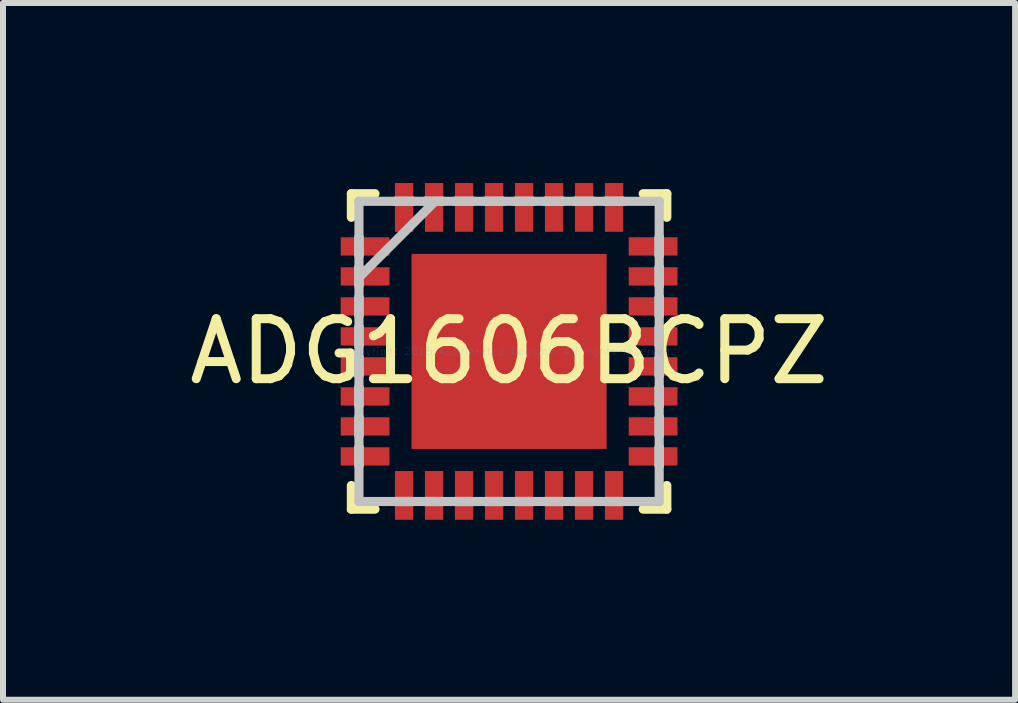
<source format=kicad_pcb>
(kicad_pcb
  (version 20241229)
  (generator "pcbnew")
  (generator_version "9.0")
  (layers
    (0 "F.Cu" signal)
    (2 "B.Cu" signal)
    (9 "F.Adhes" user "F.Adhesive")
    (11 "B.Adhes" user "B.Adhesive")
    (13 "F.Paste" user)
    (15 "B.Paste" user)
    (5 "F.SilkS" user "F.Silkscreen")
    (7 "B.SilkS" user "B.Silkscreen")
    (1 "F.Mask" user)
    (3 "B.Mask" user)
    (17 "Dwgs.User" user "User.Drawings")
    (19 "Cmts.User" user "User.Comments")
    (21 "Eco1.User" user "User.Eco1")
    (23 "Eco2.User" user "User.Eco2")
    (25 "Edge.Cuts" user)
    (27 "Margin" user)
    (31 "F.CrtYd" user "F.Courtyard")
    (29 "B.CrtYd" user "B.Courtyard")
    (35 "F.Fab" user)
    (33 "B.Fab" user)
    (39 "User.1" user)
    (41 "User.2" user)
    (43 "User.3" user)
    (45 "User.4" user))
  (footprint "ADG1606BCPZ"
    (layer "F.Cu")
    (at 5.435 2.807)
    (property "Reference" "ADG1606BCPZ" (at 0 0 0) (layer "F.SilkS") (effects (font (size 1 1) (thickness 0.15))))
    (attr through_hole)
    (fp_line (start -2.629 -2.629) (end -2.629 -2.235) (stroke (width 0.152) (type solid)) (layer "F.SilkS"))
    (fp_line (start -2.629 2.235) (end -2.629 2.629) (stroke (width 0.152) (type solid)) (layer "F.SilkS"))
    (fp_line (start -2.629 2.629) (end -2.235 2.629) (stroke (width 0.152) (type solid)) (layer "F.SilkS"))
    (fp_line (start -2.235 -2.629) (end -2.629 -2.629) (stroke (width 0.152) (type solid)) (layer "F.SilkS"))
    (fp_line (start 2.235 2.629) (end 2.629 2.629) (stroke (width 0.152) (type solid)) (layer "F.SilkS"))
    (fp_line (start 2.629 -2.629) (end 2.235 -2.629) (stroke (width 0.152) (type solid)) (layer "F.SilkS"))
    (fp_line (start 2.629 -2.235) (end 2.629 -2.629) (stroke (width 0.152) (type solid)) (layer "F.SilkS"))
    (fp_line (start 2.629 2.629) (end 2.629 2.235) (stroke (width 0.152) (type solid)) (layer "F.SilkS"))
    (fp_line (start -2.502 -2.502) (end -2.502 -2.502) (stroke (width 0.152) (type solid)) (layer "Dwgs.User"))
    (fp_line (start -2.502 -2.502) (end -2.502 2.502) (stroke (width 0.152) (type solid)) (layer "Dwgs.User"))
    (fp_line (start -2.502 -1.902) (end -2.502 -1.902) (stroke (width 0.152) (type solid)) (layer "Dwgs.User"))
    (fp_line (start -2.502 -1.902) (end -2.502 -1.598) (stroke (width 0.152) (type solid)) (layer "Dwgs.User"))
    (fp_line (start -2.502 -1.598) (end -2.502 -1.902) (stroke (width 0.152) (type solid)) (layer "Dwgs.User"))
    (fp_line (start -2.502 -1.598) (end -2.502 -1.598) (stroke (width 0.152) (type solid)) (layer "Dwgs.User"))
    (fp_line (start -2.502 -1.402) (end -2.502 -1.402) (stroke (width 0.152) (type solid)) (layer "Dwgs.User"))
    (fp_line (start -2.502 -1.402) (end -2.502 -1.098) (stroke (width 0.152) (type solid)) (layer "Dwgs.User"))
    (fp_line (start -2.502 -1.232) (end -1.232 -2.502) (stroke (width 0.152) (type solid)) (layer "Dwgs.User"))
    (fp_line (start -2.502 -1.098) (end -2.502 -1.402) (stroke (width 0.152) (type solid)) (layer "Dwgs.User"))
    (fp_line (start -2.502 -1.098) (end -2.502 -1.098) (stroke (width 0.152) (type solid)) (layer "Dwgs.User"))
    (fp_line (start -2.502 -0.902) (end -2.502 -0.902) (stroke (width 0.152) (type solid)) (layer "Dwgs.User"))
    (fp_line (start -2.502 -0.902) (end -2.502 -0.598) (stroke (width 0.152) (type solid)) (layer "Dwgs.User"))
    (fp_line (start -2.502 -0.598) (end -2.502 -0.902) (stroke (width 0.152) (type solid)) (layer "Dwgs.User"))
    (fp_line (start -2.502 -0.598) (end -2.502 -0.598) (stroke (width 0.152) (type solid)) (layer "Dwgs.User"))
    (fp_line (start -2.502 -0.402) (end -2.502 -0.402) (stroke (width 0.152) (type solid)) (layer "Dwgs.User"))
    (fp_line (start -2.502 -0.402) (end -2.502 -0.098) (stroke (width 0.152) (type solid)) (layer "Dwgs.User"))
    (fp_line (start -2.502 -0.098) (end -2.502 -0.402) (stroke (width 0.152) (type solid)) (layer "Dwgs.User"))
    (fp_line (start -2.502 -0.098) (end -2.502 -0.098) (stroke (width 0.152) (type solid)) (layer "Dwgs.User"))
    (fp_line (start -2.502 0.098) (end -2.502 0.098) (stroke (width 0.152) (type solid)) (layer "Dwgs.User"))
    (fp_line (start -2.502 0.098) (end -2.502 0.402) (stroke (width 0.152) (type solid)) (layer "Dwgs.User"))
    (fp_line (start -2.502 0.402) (end -2.502 0.098) (stroke (width 0.152) (type solid)) (layer "Dwgs.User"))
    (fp_line (start -2.502 0.402) (end -2.502 0.402) (stroke (width 0.152) (type solid)) (layer "Dwgs.User"))
    (fp_line (start -2.502 0.598) (end -2.502 0.598) (stroke (width 0.152) (type solid)) (layer "Dwgs.User"))
    (fp_line (start -2.502 0.598) (end -2.502 0.902) (stroke (width 0.152) (type solid)) (layer "Dwgs.User"))
    (fp_line (start -2.502 0.902) (end -2.502 0.598) (stroke (width 0.152) (type solid)) (layer "Dwgs.User"))
    (fp_line (start -2.502 0.902) (end -2.502 0.902) (stroke (width 0.152) (type solid)) (layer "Dwgs.User"))
    (fp_line (start -2.502 1.098) (end -2.502 1.098) (stroke (width 0.152) (type solid)) (layer "Dwgs.User"))
    (fp_line (start -2.502 1.098) (end -2.502 1.402) (stroke (width 0.152) (type solid)) (layer "Dwgs.User"))
    (fp_line (start -2.502 1.402) (end -2.502 1.098) (stroke (width 0.152) (type solid)) (layer "Dwgs.User"))
    (fp_line (start -2.502 1.402) (end -2.502 1.402) (stroke (width 0.152) (type solid)) (layer "Dwgs.User"))
    (fp_line (start -2.502 1.598) (end -2.502 1.598) (stroke (width 0.152) (type solid)) (layer "Dwgs.User"))
    (fp_line (start -2.502 1.598) (end -2.502 1.902) (stroke (width 0.152) (type solid)) (layer "Dwgs.User"))
    (fp_line (start -2.502 1.902) (end -2.502 1.598) (stroke (width 0.152) (type solid)) (layer "Dwgs.User"))
    (fp_line (start -2.502 1.902) (end -2.502 1.902) (stroke (width 0.152) (type solid)) (layer "Dwgs.User"))
    (fp_line (start -2.502 2.502) (end -2.502 2.502) (stroke (width 0.152) (type solid)) (layer "Dwgs.User"))
    (fp_line (start -2.502 2.502) (end 2.502 2.502) (stroke (width 0.152) (type solid)) (layer "Dwgs.User"))
    (fp_line (start -1.902 -2.502) (end -1.902 -2.502) (stroke (width 0.152) (type solid)) (layer "Dwgs.User"))
    (fp_line (start -1.902 -2.502) (end -1.598 -2.502) (stroke (width 0.152) (type solid)) (layer "Dwgs.User"))
    (fp_line (start -1.902 2.502) (end -1.902 2.502) (stroke (width 0.152) (type solid)) (layer "Dwgs.User"))
    (fp_line (start -1.902 2.502) (end -1.598 2.502) (stroke (width 0.152) (type solid)) (layer "Dwgs.User"))
    (fp_line (start -1.598 -2.502) (end -1.902 -2.502) (stroke (width 0.152) (type solid)) (layer "Dwgs.User"))
    (fp_line (start -1.598 -2.502) (end -1.598 -2.502) (stroke (width 0.152) (type solid)) (layer "Dwgs.User"))
    (fp_line (start -1.598 2.502) (end -1.902 2.502) (stroke (width 0.152) (type solid)) (layer "Dwgs.User"))
    (fp_line (start -1.598 2.502) (end -1.598 2.502) (stroke (width 0.152) (type solid)) (layer "Dwgs.User"))
    (fp_line (start -1.402 -2.502) (end -1.402 -2.502) (stroke (width 0.152) (type solid)) (layer "Dwgs.User"))
    (fp_line (start -1.402 -2.502) (end -1.098 -2.502) (stroke (width 0.152) (type solid)) (layer "Dwgs.User"))
    (fp_line (start -1.402 2.502) (end -1.402 2.502) (stroke (width 0.152) (type solid)) (layer "Dwgs.User"))
    (fp_line (start -1.402 2.502) (end -1.098 2.502) (stroke (width 0.152) (type solid)) (layer "Dwgs.User"))
    (fp_line (start -1.098 -2.502) (end -1.402 -2.502) (stroke (width 0.152) (type solid)) (layer "Dwgs.User"))
    (fp_line (start -1.098 -2.502) (end -1.098 -2.502) (stroke (width 0.152) (type solid)) (layer "Dwgs.User"))
    (fp_line (start -1.098 2.502) (end -1.402 2.502) (stroke (width 0.152) (type solid)) (layer "Dwgs.User"))
    (fp_line (start -1.098 2.502) (end -1.098 2.502) (stroke (width 0.152) (type solid)) (layer "Dwgs.User"))
    (fp_line (start -0.902 -2.502) (end -0.902 -2.502) (stroke (width 0.152) (type solid)) (layer "Dwgs.User"))
    (fp_line (start -0.902 -2.502) (end -0.598 -2.502) (stroke (width 0.152) (type solid)) (layer "Dwgs.User"))
    (fp_line (start -0.902 2.502) (end -0.902 2.502) (stroke (width 0.152) (type solid)) (layer "Dwgs.User"))
    (fp_line (start -0.902 2.502) (end -0.598 2.502) (stroke (width 0.152) (type solid)) (layer "Dwgs.User"))
    (fp_line (start -0.598 -2.502) (end -0.902 -2.502) (stroke (width 0.152) (type solid)) (layer "Dwgs.User"))
    (fp_line (start -0.598 -2.502) (end -0.598 -2.502) (stroke (width 0.152) (type solid)) (layer "Dwgs.User"))
    (fp_line (start -0.598 2.502) (end -0.902 2.502) (stroke (width 0.152) (type solid)) (layer "Dwgs.User"))
    (fp_line (start -0.598 2.502) (end -0.598 2.502) (stroke (width 0.152) (type solid)) (layer "Dwgs.User"))
    (fp_line (start -0.402 -2.502) (end -0.402 -2.502) (stroke (width 0.152) (type solid)) (layer "Dwgs.User"))
    (fp_line (start -0.402 -2.502) (end -0.098 -2.502) (stroke (width 0.152) (type solid)) (layer "Dwgs.User"))
    (fp_line (start -0.402 2.502) (end -0.402 2.502) (stroke (width 0.152) (type solid)) (layer "Dwgs.User"))
    (fp_line (start -0.402 2.502) (end -0.098 2.502) (stroke (width 0.152) (type solid)) (layer "Dwgs.User"))
    (fp_line (start -0.098 -2.502) (end -0.402 -2.502) (stroke (width 0.152) (type solid)) (layer "Dwgs.User"))
    (fp_line (start -0.098 -2.502) (end -0.098 -2.502) (stroke (width 0.152) (type solid)) (layer "Dwgs.User"))
    (fp_line (start -0.098 2.502) (end -0.402 2.502) (stroke (width 0.152) (type solid)) (layer "Dwgs.User"))
    (fp_line (start -0.098 2.502) (end -0.098 2.502) (stroke (width 0.152) (type solid)) (layer "Dwgs.User"))
    (fp_line (start 0.098 -2.502) (end 0.098 -2.502) (stroke (width 0.152) (type solid)) (layer "Dwgs.User"))
    (fp_line (start 0.098 -2.502) (end 0.402 -2.502) (stroke (width 0.152) (type solid)) (layer "Dwgs.User"))
    (fp_line (start 0.098 2.502) (end 0.098 2.502) (stroke (width 0.152) (type solid)) (layer "Dwgs.User"))
    (fp_line (start 0.098 2.502) (end 0.402 2.502) (stroke (width 0.152) (type solid)) (layer "Dwgs.User"))
    (fp_line (start 0.402 -2.502) (end 0.098 -2.502) (stroke (width 0.152) (type solid)) (layer "Dwgs.User"))
    (fp_line (start 0.402 -2.502) (end 0.402 -2.502) (stroke (width 0.152) (type solid)) (layer "Dwgs.User"))
    (fp_line (start 0.402 2.502) (end 0.098 2.502) (stroke (width 0.152) (type solid)) (layer "Dwgs.User"))
    (fp_line (start 0.402 2.502) (end 0.402 2.502) (stroke (width 0.152) (type solid)) (layer "Dwgs.User"))
    (fp_line (start 0.598 -2.502) (end 0.598 -2.502) (stroke (width 0.152) (type solid)) (layer "Dwgs.User"))
    (fp_line (start 0.598 -2.502) (end 0.902 -2.502) (stroke (width 0.152) (type solid)) (layer "Dwgs.User"))
    (fp_line (start 0.598 2.502) (end 0.598 2.502) (stroke (width 0.152) (type solid)) (layer "Dwgs.User"))
    (fp_line (start 0.598 2.502) (end 0.902 2.502) (stroke (width 0.152) (type solid)) (layer "Dwgs.User"))
    (fp_line (start 0.902 -2.502) (end 0.598 -2.502) (stroke (width 0.152) (type solid)) (layer "Dwgs.User"))
    (fp_line (start 0.902 -2.502) (end 0.902 -2.502) (stroke (width 0.152) (type solid)) (layer "Dwgs.User"))
    (fp_line (start 0.902 2.502) (end 0.598 2.502) (stroke (width 0.152) (type solid)) (layer "Dwgs.User"))
    (fp_line (start 0.902 2.502) (end 0.902 2.502) (stroke (width 0.152) (type solid)) (layer "Dwgs.User"))
    (fp_line (start 1.098 -2.502) (end 1.098 -2.502) (stroke (width 0.152) (type solid)) (layer "Dwgs.User"))
    (fp_line (start 1.098 -2.502) (end 1.402 -2.502) (stroke (width 0.152) (type solid)) (layer "Dwgs.User"))
    (fp_line (start 1.098 2.502) (end 1.098 2.502) (stroke (width 0.152) (type solid)) (layer "Dwgs.User"))
    (fp_line (start 1.098 2.502) (end 1.402 2.502) (stroke (width 0.152) (type solid)) (layer "Dwgs.User"))
    (fp_line (start 1.402 -2.502) (end 1.098 -2.502) (stroke (width 0.152) (type solid)) (layer "Dwgs.User"))
    (fp_line (start 1.402 -2.502) (end 1.402 -2.502) (stroke (width 0.152) (type solid)) (layer "Dwgs.User"))
    (fp_line (start 1.402 2.502) (end 1.098 2.502) (stroke (width 0.152) (type solid)) (layer "Dwgs.User"))
    (fp_line (start 1.402 2.502) (end 1.402 2.502) (stroke (width 0.152) (type solid)) (layer "Dwgs.User"))
    (fp_line (start 1.598 -2.502) (end 1.598 -2.502) (stroke (width 0.152) (type solid)) (layer "Dwgs.User"))
    (fp_line (start 1.598 -2.502) (end 1.902 -2.502) (stroke (width 0.152) (type solid)) (layer "Dwgs.User"))
    (fp_line (start 1.598 2.502) (end 1.598 2.502) (stroke (width 0.152) (type solid)) (layer "Dwgs.User"))
    (fp_line (start 1.598 2.502) (end 1.902 2.502) (stroke (width 0.152) (type solid)) (layer "Dwgs.User"))
    (fp_line (start 1.902 -2.502) (end 1.598 -2.502) (stroke (width 0.152) (type solid)) (layer "Dwgs.User"))
    (fp_line (start 1.902 -2.502) (end 1.902 -2.502) (stroke (width 0.152) (type solid)) (layer "Dwgs.User"))
    (fp_line (start 1.902 2.502) (end 1.598 2.502) (stroke (width 0.152) (type solid)) (layer "Dwgs.User"))
    (fp_line (start 1.902 2.502) (end 1.902 2.502) (stroke (width 0.152) (type solid)) (layer "Dwgs.User"))
    (fp_line (start 2.502 -2.502) (end -2.502 -2.502) (stroke (width 0.152) (type solid)) (layer "Dwgs.User"))
    (fp_line (start 2.502 -2.502) (end 2.502 -2.502) (stroke (width 0.152) (type solid)) (layer "Dwgs.User"))
    (fp_line (start 2.502 -1.902) (end 2.502 -1.902) (stroke (width 0.152) (type solid)) (layer "Dwgs.User"))
    (fp_line (start 2.502 -1.902) (end 2.502 -1.598) (stroke (width 0.152) (type solid)) (layer "Dwgs.User"))
    (fp_line (start 2.502 -1.598) (end 2.502 -1.902) (stroke (width 0.152) (type solid)) (layer "Dwgs.User"))
    (fp_line (start 2.502 -1.598) (end 2.502 -1.598) (stroke (width 0.152) (type solid)) (layer "Dwgs.User"))
    (fp_line (start 2.502 -1.402) (end 2.502 -1.402) (stroke (width 0.152) (type solid)) (layer "Dwgs.User"))
    (fp_line (start 2.502 -1.402) (end 2.502 -1.098) (stroke (width 0.152) (type solid)) (layer "Dwgs.User"))
    (fp_line (start 2.502 -1.098) (end 2.502 -1.402) (stroke (width 0.152) (type solid)) (layer "Dwgs.User"))
    (fp_line (start 2.502 -1.098) (end 2.502 -1.098) (stroke (width 0.152) (type solid)) (layer "Dwgs.User"))
    (fp_line (start 2.502 -0.902) (end 2.502 -0.902) (stroke (width 0.152) (type solid)) (layer "Dwgs.User"))
    (fp_line (start 2.502 -0.902) (end 2.502 -0.598) (stroke (width 0.152) (type solid)) (layer "Dwgs.User"))
    (fp_line (start 2.502 -0.598) (end 2.502 -0.902) (stroke (width 0.152) (type solid)) (layer "Dwgs.User"))
    (fp_line (start 2.502 -0.598) (end 2.502 -0.598) (stroke (width 0.152) (type solid)) (layer "Dwgs.User"))
    (fp_line (start 2.502 -0.402) (end 2.502 -0.402) (stroke (width 0.152) (type solid)) (layer "Dwgs.User"))
    (fp_line (start 2.502 -0.402) (end 2.502 -0.098) (stroke (width 0.152) (type solid)) (layer "Dwgs.User"))
    (fp_line (start 2.502 -0.098) (end 2.502 -0.402) (stroke (width 0.152) (type solid)) (layer "Dwgs.User"))
    (fp_line (start 2.502 -0.098) (end 2.502 -0.098) (stroke (width 0.152) (type solid)) (layer "Dwgs.User"))
    (fp_line (start 2.502 0.098) (end 2.502 0.098) (stroke (width 0.152) (type solid)) (layer "Dwgs.User"))
    (fp_line (start 2.502 0.098) (end 2.502 0.402) (stroke (width 0.152) (type solid)) (layer "Dwgs.User"))
    (fp_line (start 2.502 0.402) (end 2.502 0.098) (stroke (width 0.152) (type solid)) (layer "Dwgs.User"))
    (fp_line (start 2.502 0.402) (end 2.502 0.402) (stroke (width 0.152) (type solid)) (layer "Dwgs.User"))
    (fp_line (start 2.502 0.598) (end 2.502 0.598) (stroke (width 0.152) (type solid)) (layer "Dwgs.User"))
    (fp_line (start 2.502 0.598) (end 2.502 0.902) (stroke (width 0.152) (type solid)) (layer "Dwgs.User"))
    (fp_line (start 2.502 0.902) (end 2.502 0.598) (stroke (width 0.152) (type solid)) (layer "Dwgs.User"))
    (fp_line (start 2.502 0.902) (end 2.502 0.902) (stroke (width 0.152) (type solid)) (layer "Dwgs.User"))
    (fp_line (start 2.502 1.098) (end 2.502 1.098) (stroke (width 0.152) (type solid)) (layer "Dwgs.User"))
    (fp_line (start 2.502 1.098) (end 2.502 1.402) (stroke (width 0.152) (type solid)) (layer "Dwgs.User"))
    (fp_line (start 2.502 1.402) (end 2.502 1.098) (stroke (width 0.152) (type solid)) (layer "Dwgs.User"))
    (fp_line (start 2.502 1.402) (end 2.502 1.402) (stroke (width 0.152) (type solid)) (layer "Dwgs.User"))
    (fp_line (start 2.502 1.598) (end 2.502 1.598) (stroke (width 0.152) (type solid)) (layer "Dwgs.User"))
    (fp_line (start 2.502 1.598) (end 2.502 1.902) (stroke (width 0.152) (type solid)) (layer "Dwgs.User"))
    (fp_line (start 2.502 1.902) (end 2.502 1.598) (stroke (width 0.152) (type solid)) (layer "Dwgs.User"))
    (fp_line (start 2.502 1.902) (end 2.502 1.902) (stroke (width 0.152) (type solid)) (layer "Dwgs.User"))
    (fp_line (start 2.502 2.502) (end 2.502 -2.502) (stroke (width 0.152) (type solid)) (layer "Dwgs.User"))
    (fp_line (start 2.502 2.502) (end 2.502 2.502) (stroke (width 0.152) (type solid)) (layer "Dwgs.User"))
    (fp_text user "Copyright 2016 Accelerated Designs. All rights reserved." (at 0 0 0) (layer "Cmts.User") (effects (font (size 0.127 0.127) (thickness 0.002))))
    (pad "1" smd rect (at -2.4 -1.75 90) (size 0.305 0.813) (layers "F.Cu" "F.Mask" "F.Paste"))
    (pad "2" smd rect (at -2.4 -1.25 90) (size 0.305 0.813) (layers "F.Cu" "F.Mask" "F.Paste"))
    (pad "3" smd rect (at -2.4 -0.75 90) (size 0.305 0.813) (layers "F.Cu" "F.Mask" "F.Paste"))
    (pad "4" smd rect (at -2.4 -0.25 90) (size 0.305 0.813) (layers "F.Cu" "F.Mask" "F.Paste"))
    (pad "5" smd rect (at -2.4 0.25 90) (size 0.305 0.813) (layers "F.Cu" "F.Mask" "F.Paste"))
    (pad "6" smd rect (at -2.4 0.75 90) (size 0.305 0.813) (layers "F.Cu" "F.Mask" "F.Paste"))
    (pad "7" smd rect (at -2.4 1.25 90) (size 0.305 0.813) (layers "F.Cu" "F.Mask" "F.Paste"))
    (pad "8" smd rect (at -2.4 1.75 90) (size 0.305 0.813) (layers "F.Cu" "F.Mask" "F.Paste"))
    (pad "9" smd rect (at -1.75 2.4) (size 0.305 0.813) (layers "F.Cu" "F.Mask" "F.Paste"))
    (pad "10" smd rect (at -1.25 2.4) (size 0.305 0.813) (layers "F.Cu" "F.Mask" "F.Paste"))
    (pad "11" smd rect (at -0.75 2.4) (size 0.305 0.813) (layers "F.Cu" "F.Mask" "F.Paste"))
    (pad "12" smd rect (at -0.25 2.4) (size 0.305 0.813) (layers "F.Cu" "F.Mask" "F.Paste"))
    (pad "13" smd rect (at 0.25 2.4) (size 0.305 0.813) (layers "F.Cu" "F.Mask" "F.Paste"))
    (pad "14" smd rect (at 0.75 2.4) (size 0.305 0.813) (layers "F.Cu" "F.Mask" "F.Paste"))
    (pad "15" smd rect (at 1.25 2.4) (size 0.305 0.813) (layers "F.Cu" "F.Mask" "F.Paste"))
    (pad "16" smd rect (at 1.75 2.4) (size 0.305 0.813) (layers "F.Cu" "F.Mask" "F.Paste"))
    (pad "17" smd rect (at 2.4 1.75 90) (size 0.305 0.813) (layers "F.Cu" "F.Mask" "F.Paste"))
    (pad "18" smd rect (at 2.4 1.25 90) (size 0.305 0.813) (layers "F.Cu" "F.Mask" "F.Paste"))
    (pad "19" smd rect (at 2.4 0.75 90) (size 0.305 0.813) (layers "F.Cu" "F.Mask" "F.Paste"))
    (pad "20" smd rect (at 2.4 0.25 90) (size 0.305 0.813) (layers "F.Cu" "F.Mask" "F.Paste"))
    (pad "21" smd rect (at 2.4 -0.25 90) (size 0.305 0.813) (layers "F.Cu" "F.Mask" "F.Paste"))
    (pad "22" smd rect (at 2.4 -0.75 90) (size 0.305 0.813) (layers "F.Cu" "F.Mask" "F.Paste"))
    (pad "23" smd rect (at 2.4 -1.25 90) (size 0.305 0.813) (layers "F.Cu" "F.Mask" "F.Paste"))
    (pad "24" smd rect (at 2.4 -1.75 90) (size 0.305 0.813) (layers "F.Cu" "F.Mask" "F.Paste"))
    (pad "25" smd rect (at 1.75 -2.4) (size 0.305 0.813) (layers "F.Cu" "F.Mask" "F.Paste"))
    (pad "26" smd rect (at 1.25 -2.4) (size 0.305 0.813) (layers "F.Cu" "F.Mask" "F.Paste"))
    (pad "27" smd rect (at 0.75 -2.4) (size 0.305 0.813) (layers "F.Cu" "F.Mask" "F.Paste"))
    (pad "28" smd rect (at 0.25 -2.4) (size 0.305 0.813) (layers "F.Cu" "F.Mask" "F.Paste"))
    (pad "29" smd rect (at -0.25 -2.4) (size 0.305 0.813) (layers "F.Cu" "F.Mask" "F.Paste"))
    (pad "30" smd rect (at -0.75 -2.4) (size 0.305 0.813) (layers "F.Cu" "F.Mask" "F.Paste"))
    (pad "31" smd rect (at -1.25 -2.4) (size 0.305 0.813) (layers "F.Cu" "F.Mask" "F.Paste"))
    (pad "32" smd rect (at -1.75 -2.4) (size 0.305 0.813) (layers "F.Cu" "F.Mask" "F.Paste"))
    (pad "33" smd rect (at 0 0) (size 3.251 3.251) (layers "F.Cu" "F.Mask" "F.Paste")))
  (gr_rect
    (start -3 -3)
    (end 13.869 8.613)
    (stroke (width 0.1) (type default))
    (fill no)
    (layer "Edge.Cuts")))
</source>
